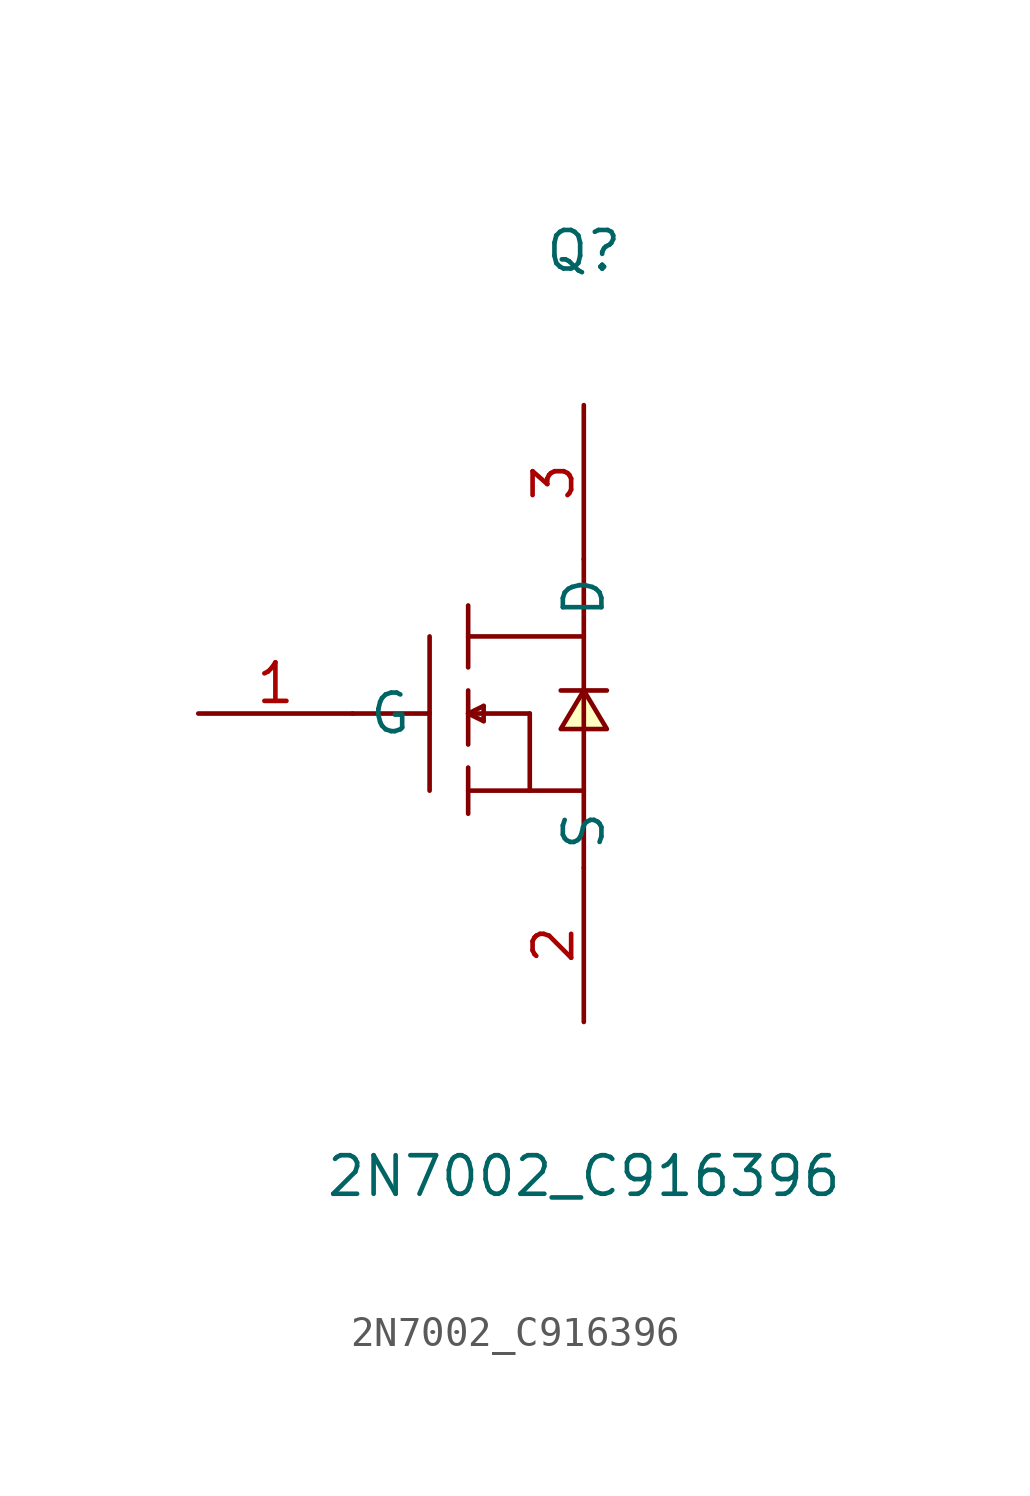
<source format=kicad_sym>
(kicad_symbol_lib
  (version 20211014)
  (generator https://github.com/uPesy/easyeda2kicad.py)
  (symbol "2N7002_C916396"
    (property "Reference" "Q"
      (at 0 15.24 0)
      (effects (font (size 1.27 1.27))))
    (property "Value" "2N7002_C916396"
      (at 0 -15.24 0)
      (effects (font (size 1.27 1.27))))
    (symbol "2N7002_C916396_0_1"
      (polyline (pts (xy 0.76 -0.51) (xy -0.76 -0.51) (xy 0.00 0.76) (xy 0.76 -0.51)) (stroke (width 0) (type default) (color 0 0 0 0)) (fill (type background)))
      (polyline (pts (xy 0.76 0.76) (xy -0.76 0.76)) (stroke (width 0) (type default) (color 0 0 0 0)) (fill (type none)))
      (polyline (pts (xy -5.08 2.54) (xy -5.08 -2.54)) (stroke (width 0) (type default) (color 0 0 0 0)) (fill (type none)))
      (polyline (pts (xy -3.81 3.56) (xy -3.81 1.52)) (stroke (width 0) (type default) (color 0 0 0 0)) (fill (type none)))
      (polyline (pts (xy -3.81 0.76) (xy -3.81 -1.02)) (stroke (width 0) (type default) (color 0 0 0 0)) (fill (type none)))
      (polyline (pts (xy -3.81 -1.78) (xy -3.81 -3.30)) (stroke (width 0) (type default) (color 0 0 0 0)) (fill (type none)))
      (polyline (pts (xy -3.81 2.54) (xy 0.00 2.54)) (stroke (width 0) (type default) (color 0 0 0 0)) (fill (type none)))
      (polyline (pts (xy 0.00 5.08) (xy 0.00 -5.08)) (stroke (width 0) (type default) (color 0 0 0 0)) (fill (type none)))
      (polyline (pts (xy -3.81 -2.54) (xy 0.00 -2.54)) (stroke (width 0) (type default) (color 0 0 0 0)) (fill (type none)))
      (polyline (pts (xy -1.78 -0.00) (xy -1.78 -2.54)) (stroke (width 0) (type default) (color 0 0 0 0)) (fill (type none)))
      (polyline (pts (xy -5.08 -0.00) (xy -7.62 -0.00)) (stroke (width 0) (type default) (color 0 0 0 0)) (fill (type none)))
      (polyline (pts (xy -3.81 -0.00) (xy -1.78 -0.00)) (stroke (width 0) (type default) (color 0 0 0 0)) (fill (type none)))
      (polyline (pts (xy -3.81 -0.00) (xy -3.30 0.25)) (stroke (width 0) (type default) (color 0 0 0 0)) (fill (type none)))
      (polyline (pts (xy -3.81 -0.00) (xy -3.30 -0.25)) (stroke (width 0) (type default) (color 0 0 0 0)) (fill (type none)))
      (polyline (pts (xy -3.30 0.25) (xy -3.30 -0.00)) (stroke (width 0) (type default) (color 0 0 0 0)) (fill (type none)))
      (polyline (pts (xy -3.30 -0.25) (xy -3.30 -0.00)) (stroke (width 0) (type default) (color 0 0 0 0)) (fill (type none)))
      (pin unspecified line (at -12.70 -0.00 0) (length 5.08) (name "G" (effects (font (size 1.27 1.27)))) (number "1" (effects (font (size 1.27 1.27)))))
      (pin unspecified line (at 0.00 -10.16 90) (length 5.08) (name "S" (effects (font (size 1.27 1.27)))) (number "2" (effects (font (size 1.27 1.27)))))
      (pin unspecified line (at 0.00 10.16 270) (length 5.08) (name "D" (effects (font (size 1.27 1.27)))) (number "3" (effects (font (size 1.27 1.27))))))))
</source>
